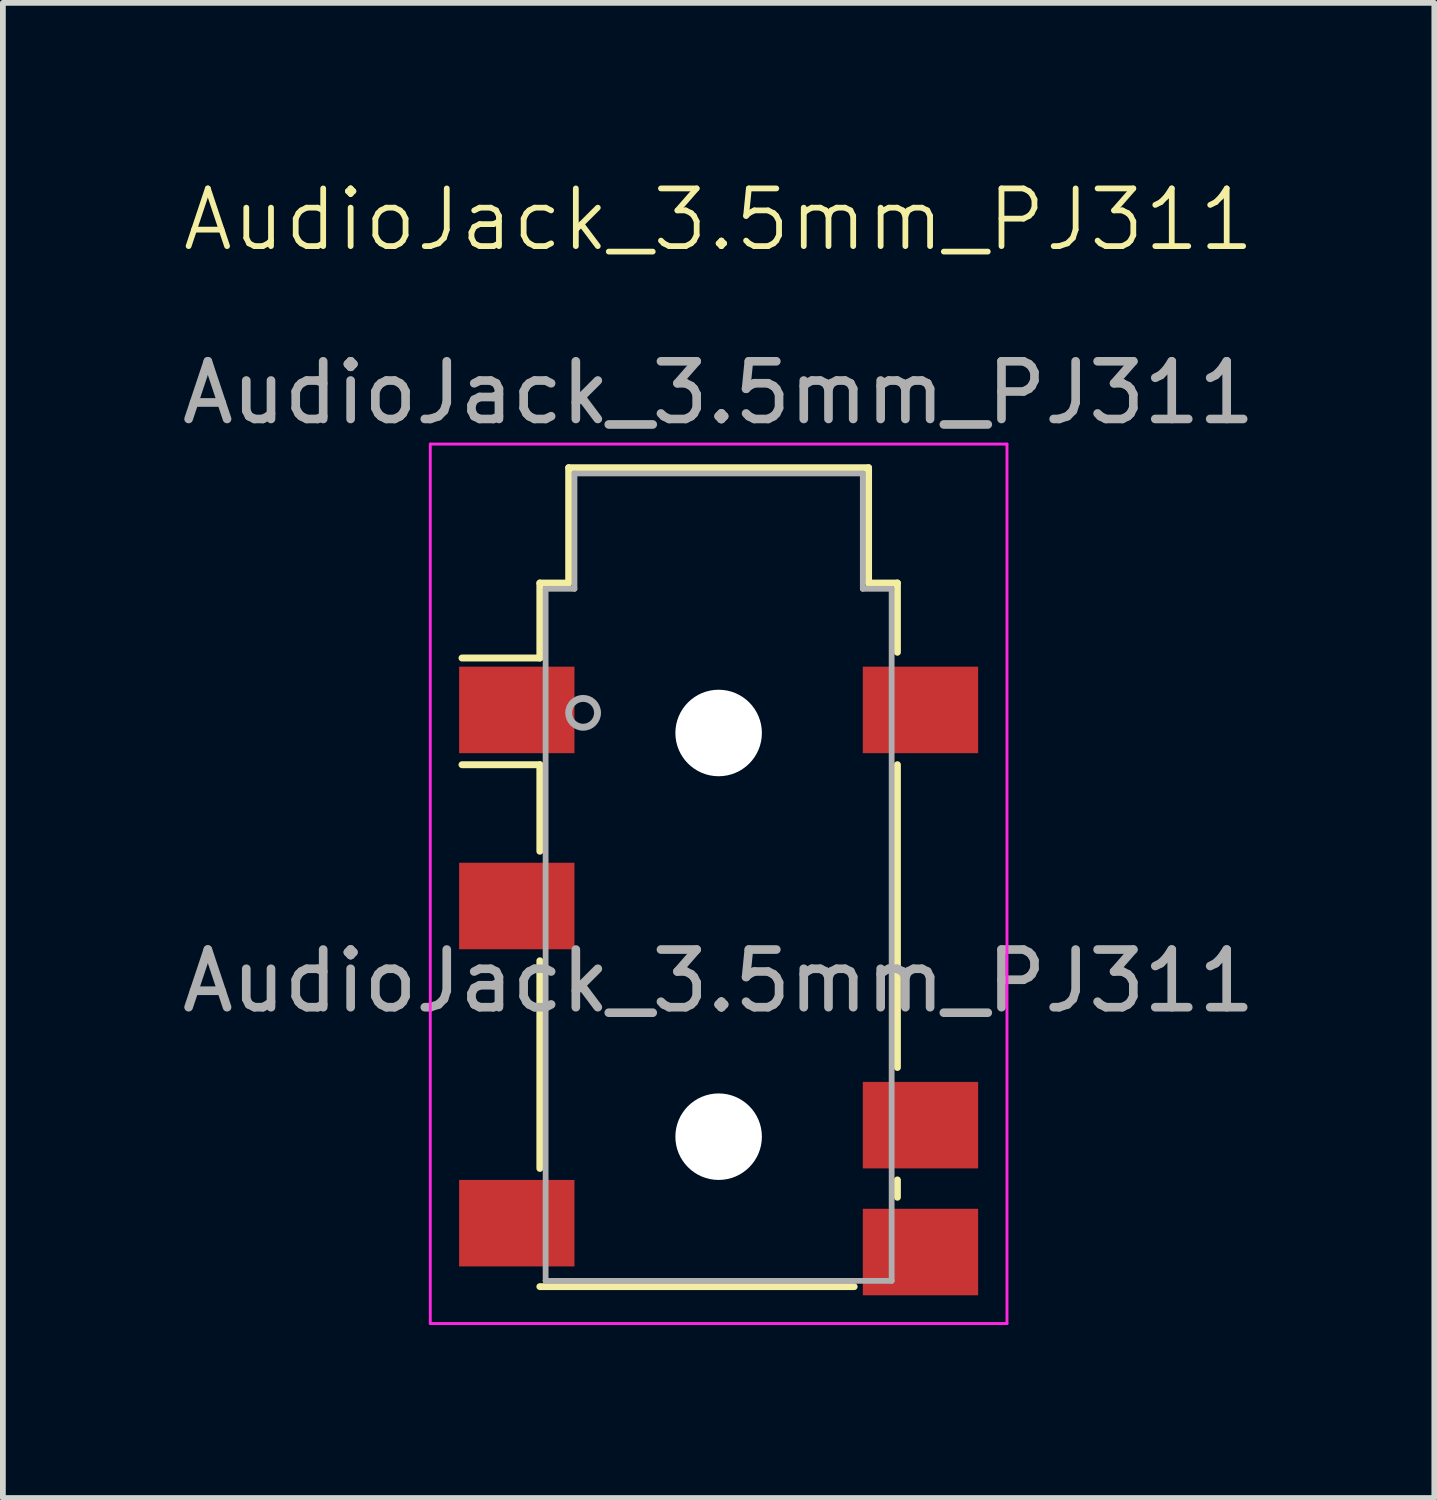
<source format=kicad_pcb>
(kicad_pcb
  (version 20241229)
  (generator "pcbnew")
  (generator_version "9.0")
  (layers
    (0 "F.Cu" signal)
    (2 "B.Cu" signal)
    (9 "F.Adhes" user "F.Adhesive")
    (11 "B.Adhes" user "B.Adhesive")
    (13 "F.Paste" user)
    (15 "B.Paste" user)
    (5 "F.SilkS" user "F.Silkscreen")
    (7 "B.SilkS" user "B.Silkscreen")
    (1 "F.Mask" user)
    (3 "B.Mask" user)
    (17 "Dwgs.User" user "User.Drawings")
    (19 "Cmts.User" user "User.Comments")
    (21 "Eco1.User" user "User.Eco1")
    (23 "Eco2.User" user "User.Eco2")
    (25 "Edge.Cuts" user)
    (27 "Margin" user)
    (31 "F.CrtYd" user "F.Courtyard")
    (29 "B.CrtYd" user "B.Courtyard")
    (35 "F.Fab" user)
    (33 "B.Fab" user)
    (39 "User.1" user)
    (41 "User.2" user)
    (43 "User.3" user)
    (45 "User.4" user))
  (footprint "AudioJack_3.5mm_PJ311"
    (layer "F.Cu")
    (at 9.411 8.97)
    (property "Reference" "AudioJack_3.5mm_PJ311" (at 0 -8.21 0) (unlocked yes) (layer "F.SilkS") (effects (font (size 1 1) (thickness 0.1))))
    (attr through_hole)
    (fp_line (start -3.1 -1.91) (end -2.6 -1.91) (stroke (width 0.12) (type solid)) (layer "F.SilkS"))
    (fp_line (start -3.1 -0.61) (end -4.45 -0.61) (stroke (width 0.12) (type solid)) (layer "F.SilkS"))
    (fp_line (start -3.1 -0.61) (end -3.1 -1.91) (stroke (width 0.12) (type solid)) (layer "F.SilkS"))
    (fp_line (start -3.1 1.24) (end -4.45 1.24) (stroke (width 0.12) (type solid)) (layer "F.SilkS"))
    (fp_line (start -3.1 2.74) (end -3.1 1.24) (stroke (width 0.12) (type solid)) (layer "F.SilkS"))
    (fp_line (start -3.1 8.24) (end -3.1 4.64) (stroke (width 0.12) (type solid)) (layer "F.SilkS"))
    (fp_line (start -2.6 -3.91) (end 2.6 -3.91) (stroke (width 0.12) (type solid)) (layer "F.SilkS"))
    (fp_line (start -2.6 -1.91) (end -2.6 -3.91) (stroke (width 0.12) (type solid)) (layer "F.SilkS"))
    (fp_line (start 2.35 10.29) (end -3.1 10.29) (stroke (width 0.12) (type solid)) (layer "F.SilkS"))
    (fp_line (start 2.6 -3.91) (end 2.6 -1.91) (stroke (width 0.12) (type solid)) (layer "F.SilkS"))
    (fp_line (start 2.6 -1.91) (end 3.1 -1.91) (stroke (width 0.12) (type solid)) (layer "F.SilkS"))
    (fp_line (start 3.1 -1.91) (end 3.1 -0.71) (stroke (width 0.12) (type solid)) (layer "F.SilkS"))
    (fp_line (start 3.1 1.24) (end 3.1 6.49) (stroke (width 0.12) (type solid)) (layer "F.SilkS"))
    (fp_line (start 3.1 8.44) (end 3.1 8.74) (stroke (width 0.12) (type solid)) (layer "F.SilkS"))
    (fp_line (start -5 -4.32) (end -5 10.93) (stroke (width 0.05) (type solid)) (layer "F.CrtYd"))
    (fp_line (start -5 -4.32) (end 5 -4.32) (stroke (width 0.05) (type solid)) (layer "F.CrtYd"))
    (fp_line (start -5 10.93) (end 5 10.93) (stroke (width 0.05) (type solid)) (layer "F.CrtYd"))
    (fp_line (start 5 10.93) (end 5 -4.32) (stroke (width 0.05) (type solid)) (layer "F.CrtYd"))
    (fp_line (start -3 -1.81) (end -3 10.19) (stroke (width 0.1) (type solid)) (layer "F.Fab"))
    (fp_line (start -3 10.19) (end 3 10.19) (stroke (width 0.1) (type solid)) (layer "F.Fab"))
    (fp_line (start -2.5 -3.81) (end -2.5 -1.81) (stroke (width 0.1) (type solid)) (layer "F.Fab"))
    (fp_line (start -2.5 -1.81) (end -3 -1.81) (stroke (width 0.1) (type solid)) (layer "F.Fab"))
    (fp_line (start 2.5 -3.81) (end -2.5 -3.81) (stroke (width 0.1) (type solid)) (layer "F.Fab"))
    (fp_line (start 2.5 -1.81) (end 2.5 -3.81) (stroke (width 0.1) (type solid)) (layer "F.Fab"))
    (fp_line (start 3 -1.81) (end 2.5 -1.81) (stroke (width 0.1) (type solid)) (layer "F.Fab"))
    (fp_line (start 3 10.19) (end 3 -1.81) (stroke (width 0.1) (type solid)) (layer "F.Fab"))
    (fp_circle (center -2.35 0.34) (end -2.1 0.34) (stroke (width 0.12) (type solid)) (fill no) (layer "F.Fab"))
    (fp_text user "${REFERENCE}" (at 0 -5.21 0) (unlocked yes) (layer "F.Fab") (effects (font (size 1 1) (thickness 0.15))))
    (fp_text user "${REFERENCE}" (at 0 4.99 0) (layer "F.Fab") (effects (font (size 1 1) (thickness 0.15))))
    (pad "" np_thru_hole circle (at 0 0.69) (size 1.5 1.5) (drill 1.5) (layers "*.Cu" "*.Mask"))
    (pad "" np_thru_hole circle (at 0 7.69) (size 1.5 1.5) (drill 1.5) (layers "*.Cu" "*.Mask"))
    (pad "G" smd rect (at -3.5 0.29) (size 2 1.5) (layers "F.Cu" "F.Mask" "F.Paste"))
    (pad "R" smd rect (at -3.5 3.69) (size 2 1.5) (layers "F.Cu" "F.Mask" "F.Paste"))
    (pad "RN" smd rect (at -3.5 9.19) (size 2 1.5) (layers "F.Cu" "F.Mask" "F.Paste"))
    (pad "S" smd rect (at 3.5 0.29) (size 2 1.5) (layers "F.Cu" "F.Mask" "F.Paste"))
    (pad "T" smd rect (at 3.5 7.49) (size 2 1.5) (layers "F.Cu" "F.Mask" "F.Paste"))
    (pad "TN" smd rect (at 3.5 9.69) (size 2 1.5) (layers "F.Cu" "F.Mask" "F.Paste")))
  (gr_rect
    (start -3 -3)
    (end 21.821 22.925)
    (stroke (width 0.1) (type default))
    (fill no)
    (layer "Edge.Cuts")))
</source>
